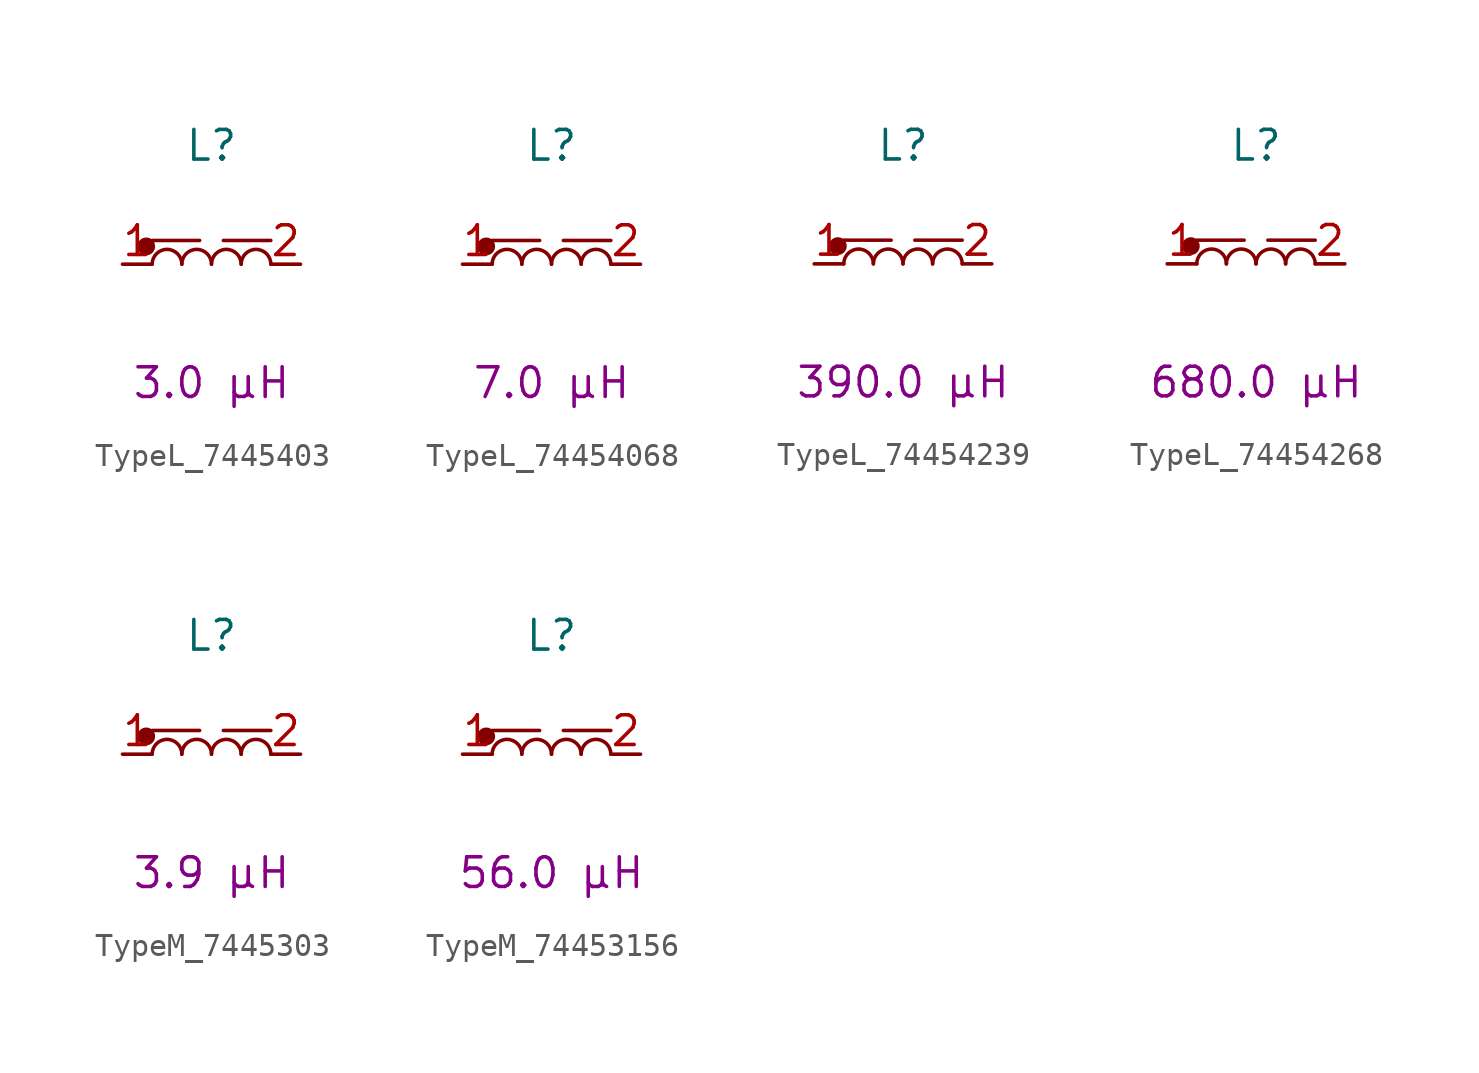
<source format=kicad_sym>
(kicad_symbol_lib
  (version 20220914)
  (generator kicad_symbol_editor)
  (symbol "TypeL_7445403"
    (pin_names hide)
    (property "Reference" "L"
      (at 0 5.08 0)
      (effects (font (size 1.27 1.27))))
    (property "Critical Parameter" "3.0 µH"
      (at 0 -5.08 0)
      (effects (font (size 1.27 1.27))))
    (symbol "TypeL_7445403_0_1"
      (arc (start -1.27 0) (mid -1.905 0.6323) (end -2.54 0) (stroke (width 0) (type default)) (fill (type none)))
      (arc (start 0 0) (mid -0.635 0.6323) (end -1.27 0) (stroke (width 0) (type default)) (fill (type none)))
      (polyline (pts (xy -2.54 1.016) (xy -0.508 1.016)) (stroke (width 0) (type default)) (fill (type none)))
      (arc (start 1.27 0) (mid 0.635 0.6323) (end 0 0) (stroke (width 0) (type default)) (fill (type none)))
      (arc (start 2.54 0) (mid 1.905 0.6323) (end 1.27 0) (stroke (width 0) (type default)) (fill (type none))))
    (symbol "TypeL_7445403_1_1"
      (circle (center -2.794 0.762) (radius 0.0001) (stroke (width 0.381) (type default)) (fill (type none)))
      (polyline (pts (xy 2.54 1.016) (xy 0.508 1.016)) (stroke (width 0) (type default)) (fill (type none)))
      (pin passive line (at -3.81 0 0) (length 1.27) (name "1" (effects (font (size 1.27 1.27)))) (number "1" (effects (font (size 1.27 1.27)))))
      (pin passive line (at 3.81 0 180) (length 1.27) (name "2" (effects (font (size 1.27 1.27)))) (number "2" (effects (font (size 1.27 1.27)))))))
  (symbol "TypeL_74454068"
    (pin_names hide)
    (property "Reference" "L"
      (at 0 5.08 0)
      (effects (font (size 1.27 1.27))))
    (property "Critical Parameter" "7.0 µH"
      (at 0 -5.08 0)
      (effects (font (size 1.27 1.27))))
    (symbol "TypeL_74454068_0_1"
      (arc (start -1.27 0) (mid -1.905 0.6323) (end -2.54 0) (stroke (width 0) (type default)) (fill (type none)))
      (arc (start 0 0) (mid -0.635 0.6323) (end -1.27 0) (stroke (width 0) (type default)) (fill (type none)))
      (polyline (pts (xy -2.54 1.016) (xy -0.508 1.016)) (stroke (width 0) (type default)) (fill (type none)))
      (arc (start 1.27 0) (mid 0.635 0.6323) (end 0 0) (stroke (width 0) (type default)) (fill (type none)))
      (arc (start 2.54 0) (mid 1.905 0.6323) (end 1.27 0) (stroke (width 0) (type default)) (fill (type none))))
    (symbol "TypeL_74454068_1_1"
      (circle (center -2.794 0.762) (radius 0.0001) (stroke (width 0.381) (type default)) (fill (type none)))
      (polyline (pts (xy 2.54 1.016) (xy 0.508 1.016)) (stroke (width 0) (type default)) (fill (type none)))
      (pin passive line (at -3.81 0 0) (length 1.27) (name "1" (effects (font (size 1.27 1.27)))) (number "1" (effects (font (size 1.27 1.27)))))
      (pin passive line (at 3.81 0 180) (length 1.27) (name "2" (effects (font (size 1.27 1.27)))) (number "2" (effects (font (size 1.27 1.27)))))))
  (symbol "TypeL_74454239"
    (pin_names hide)
    (property "Reference" "L"
      (at 0 5.08 0)
      (effects (font (size 1.27 1.27))))
    (property "Critical Parameter" "390.0 µH"
      (at 0 -5.08 0)
      (effects (font (size 1.27 1.27))))
    (symbol "TypeL_74454239_0_1"
      (arc (start -1.27 0) (mid -1.905 0.6323) (end -2.54 0) (stroke (width 0) (type default)) (fill (type none)))
      (arc (start 0 0) (mid -0.635 0.6323) (end -1.27 0) (stroke (width 0) (type default)) (fill (type none)))
      (polyline (pts (xy -2.54 1.016) (xy -0.508 1.016)) (stroke (width 0) (type default)) (fill (type none)))
      (arc (start 1.27 0) (mid 0.635 0.6323) (end 0 0) (stroke (width 0) (type default)) (fill (type none)))
      (arc (start 2.54 0) (mid 1.905 0.6323) (end 1.27 0) (stroke (width 0) (type default)) (fill (type none))))
    (symbol "TypeL_74454239_1_1"
      (circle (center -2.794 0.762) (radius 0.0001) (stroke (width 0.381) (type default)) (fill (type none)))
      (polyline (pts (xy 2.54 1.016) (xy 0.508 1.016)) (stroke (width 0) (type default)) (fill (type none)))
      (pin passive line (at -3.81 0 0) (length 1.27) (name "1" (effects (font (size 1.27 1.27)))) (number "1" (effects (font (size 1.27 1.27)))))
      (pin passive line (at 3.81 0 180) (length 1.27) (name "2" (effects (font (size 1.27 1.27)))) (number "2" (effects (font (size 1.27 1.27)))))))
  (symbol "TypeL_74454268"
    (pin_names hide)
    (property "Reference" "L"
      (at 0 5.08 0)
      (effects (font (size 1.27 1.27))))
    (property "Critical Parameter" "680.0 µH"
      (at 0 -5.08 0)
      (effects (font (size 1.27 1.27))))
    (symbol "TypeL_74454268_0_1"
      (arc (start -1.27 0) (mid -1.905 0.6323) (end -2.54 0) (stroke (width 0) (type default)) (fill (type none)))
      (arc (start 0 0) (mid -0.635 0.6323) (end -1.27 0) (stroke (width 0) (type default)) (fill (type none)))
      (polyline (pts (xy -2.54 1.016) (xy -0.508 1.016)) (stroke (width 0) (type default)) (fill (type none)))
      (arc (start 1.27 0) (mid 0.635 0.6323) (end 0 0) (stroke (width 0) (type default)) (fill (type none)))
      (arc (start 2.54 0) (mid 1.905 0.6323) (end 1.27 0) (stroke (width 0) (type default)) (fill (type none))))
    (symbol "TypeL_74454268_1_1"
      (circle (center -2.794 0.762) (radius 0.0001) (stroke (width 0.381) (type default)) (fill (type none)))
      (polyline (pts (xy 2.54 1.016) (xy 0.508 1.016)) (stroke (width 0) (type default)) (fill (type none)))
      (pin passive line (at -3.81 0 0) (length 1.27) (name "1" (effects (font (size 1.27 1.27)))) (number "1" (effects (font (size 1.27 1.27)))))
      (pin passive line (at 3.81 0 180) (length 1.27) (name "2" (effects (font (size 1.27 1.27)))) (number "2" (effects (font (size 1.27 1.27)))))))
  (symbol "TypeM_7445303"
    (pin_names hide)
    (property "Reference" "L"
      (at 0 5.08 0)
      (effects (font (size 1.27 1.27))))
    (property "Critical Parameter" "3.9 µH"
      (at 0 -5.08 0)
      (effects (font (size 1.27 1.27))))
    (symbol "TypeM_7445303_0_1"
      (arc (start -1.27 0) (mid -1.905 0.6323) (end -2.54 0) (stroke (width 0) (type default)) (fill (type none)))
      (arc (start 0 0) (mid -0.635 0.6323) (end -1.27 0) (stroke (width 0) (type default)) (fill (type none)))
      (polyline (pts (xy -2.54 1.016) (xy -0.508 1.016)) (stroke (width 0) (type default)) (fill (type none)))
      (arc (start 1.27 0) (mid 0.635 0.6323) (end 0 0) (stroke (width 0) (type default)) (fill (type none)))
      (arc (start 2.54 0) (mid 1.905 0.6323) (end 1.27 0) (stroke (width 0) (type default)) (fill (type none))))
    (symbol "TypeM_7445303_1_1"
      (circle (center -2.794 0.762) (radius 0.0001) (stroke (width 0.381) (type default)) (fill (type none)))
      (polyline (pts (xy 2.54 1.016) (xy 0.508 1.016)) (stroke (width 0) (type default)) (fill (type none)))
      (pin passive line (at -3.81 0 0) (length 1.27) (name "1" (effects (font (size 1.27 1.27)))) (number "1" (effects (font (size 1.27 1.27)))))
      (pin passive line (at 3.81 0 180) (length 1.27) (name "2" (effects (font (size 1.27 1.27)))) (number "2" (effects (font (size 1.27 1.27)))))))
  (symbol "TypeM_74453156"
    (pin_names hide)
    (property "Reference" "L"
      (at 0 5.08 0)
      (effects (font (size 1.27 1.27))))
    (property "Critical Parameter" "56.0 µH"
      (at 0 -5.08 0)
      (effects (font (size 1.27 1.27))))
    (symbol "TypeM_74453156_0_1"
      (arc (start -1.27 0) (mid -1.905 0.6323) (end -2.54 0) (stroke (width 0) (type default)) (fill (type none)))
      (arc (start 0 0) (mid -0.635 0.6323) (end -1.27 0) (stroke (width 0) (type default)) (fill (type none)))
      (polyline (pts (xy -2.54 1.016) (xy -0.508 1.016)) (stroke (width 0) (type default)) (fill (type none)))
      (arc (start 1.27 0) (mid 0.635 0.6323) (end 0 0) (stroke (width 0) (type default)) (fill (type none)))
      (arc (start 2.54 0) (mid 1.905 0.6323) (end 1.27 0) (stroke (width 0) (type default)) (fill (type none))))
    (symbol "TypeM_74453156_1_1"
      (circle (center -2.794 0.762) (radius 0.0001) (stroke (width 0.381) (type default)) (fill (type none)))
      (polyline (pts (xy 2.54 1.016) (xy 0.508 1.016)) (stroke (width 0) (type default)) (fill (type none)))
      (pin passive line (at -3.81 0 0) (length 1.27) (name "1" (effects (font (size 1.27 1.27)))) (number "1" (effects (font (size 1.27 1.27)))))
      (pin passive line (at 3.81 0 180) (length 1.27) (name "2" (effects (font (size 1.27 1.27)))) (number "2" (effects (font (size 1.27 1.27))))))))
</source>
